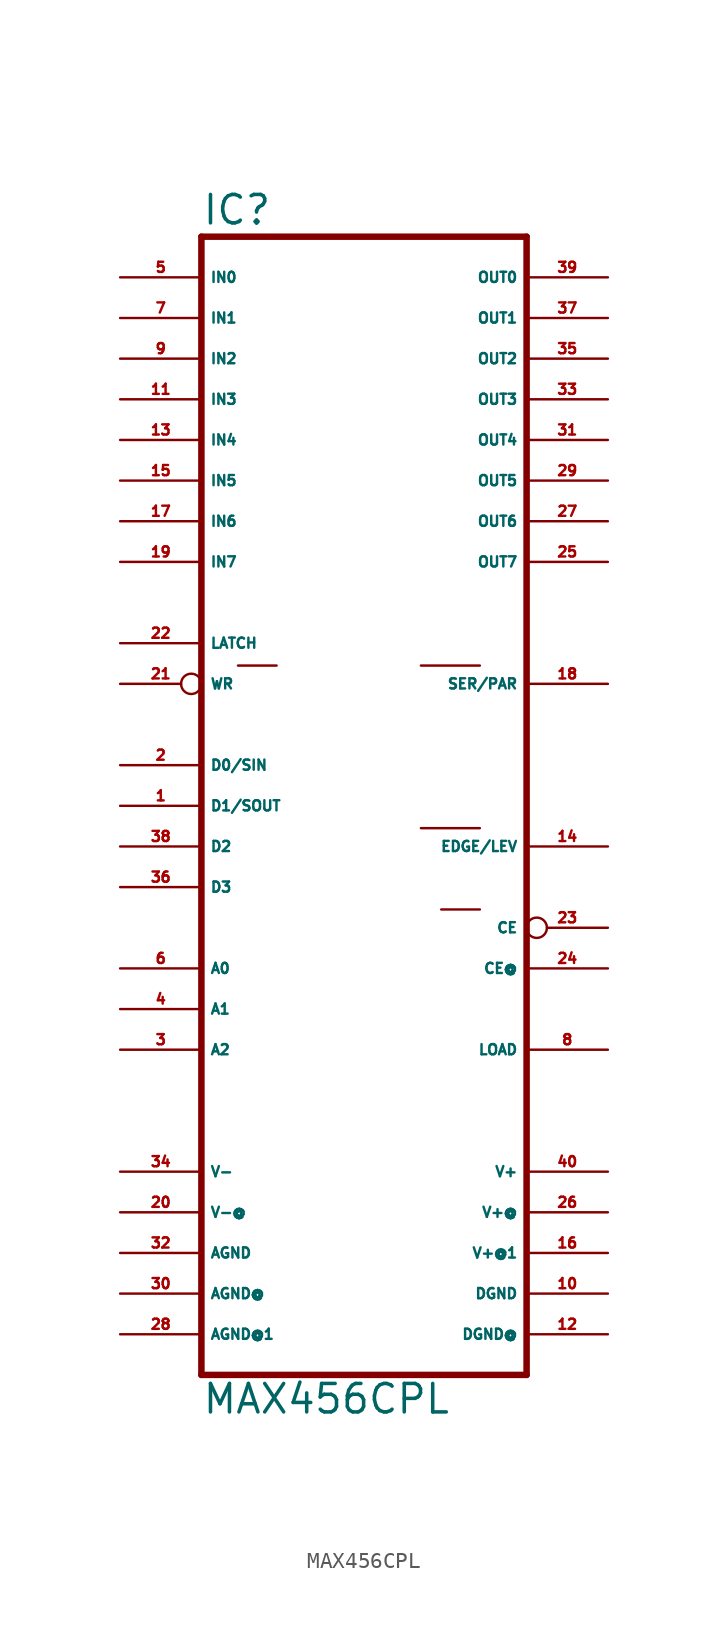
<source format=kicad_sym>
(kicad_symbol_lib
  (version 20220914)
  (generator Eagle2Kicad)
  (symbol "MAX456CPL"
    (property "Reference" "IC"
      (at -10.16 36.195 0)
      (effects (font (size 1.778 1.778) (thickness 0.22)) (justify left bottom)))
    (property "Value" "MAX456CPL"
      (at -10.16 -38.1 0)
      (effects (font (size 1.778 1.778) (thickness 0.22)) (justify left bottom)))
    (polyline
      (pts (xy 10.16 -35.56) (xy -10.16 -35.56))
      (stroke (width 0.406) (type default))
      (fill (type none)))
    (polyline
      (pts (xy -10.16 35.56) (xy -10.16 -35.56))
      (stroke (width 0.406) (type default))
      (fill (type none)))
    (polyline
      (pts (xy -10.16 35.56) (xy 10.16 35.56))
      (stroke (width 0.406) (type default))
      (fill (type none)))
    (polyline
      (pts (xy 10.16 -35.56) (xy 10.16 35.56))
      (stroke (width 0.406) (type default))
      (fill (type none)))
    (polyline
      (pts (xy 3.556 8.763) (xy 7.239 8.763))
      (stroke (width 0.152) (type default))
      (fill (type none)))
    (polyline
      (pts (xy -7.874 8.763) (xy -5.461 8.763))
      (stroke (width 0.152) (type default))
      (fill (type none)))
    (polyline
      (pts (xy 4.826 -6.477) (xy 7.239 -6.477))
      (stroke (width 0.152) (type default))
      (fill (type none)))
    (polyline
      (pts (xy 3.556 -1.397) (xy 7.239 -1.397))
      (stroke (width 0.152) (type default))
      (fill (type none)))
    (pin unspecified line
      (at -15.24 -30.48 0)
      (length 5.08)
      (name "AGND@" (effects (font (size 0.635 0.635) (thickness 0.08)) (justify left bottom)))
      (number "30" (effects (font (size 0.635 0.635) (thickness 0.08)) (justify left bottom))))
    (pin unspecified line
      (at 15.24 -22.86 180)
      (length 5.08)
      (name "V+" (effects (font (size 0.635 0.635) (thickness 0.08)) (justify left bottom)))
      (number "40" (effects (font (size 0.635 0.635) (thickness 0.08)) (justify left bottom))))
    (pin output line
      (at 15.24 33.02 180)
      (length 5.08)
      (name "OUT0" (effects (font (size 0.635 0.635) (thickness 0.08)) (justify left bottom)))
      (number "39" (effects (font (size 0.635 0.635) (thickness 0.08)) (justify left bottom))))
    (pin unspecified line
      (at -15.24 -27.94 0)
      (length 5.08)
      (name "AGND" (effects (font (size 0.635 0.635) (thickness 0.08)) (justify left bottom)))
      (number "32" (effects (font (size 0.635 0.635) (thickness 0.08)) (justify left bottom))))
    (pin input line
      (at -15.24 33.02 0)
      (length 5.08)
      (name "IN0" (effects (font (size 0.635 0.635) (thickness 0.08)) (justify left bottom)))
      (number "5" (effects (font (size 0.635 0.635) (thickness 0.08)) (justify left bottom))))
    (pin input line
      (at -15.24 22.86 0)
      (length 5.08)
      (name "IN4" (effects (font (size 0.635 0.635) (thickness 0.08)) (justify left bottom)))
      (number "13" (effects (font (size 0.635 0.635) (thickness 0.08)) (justify left bottom))))
    (pin input line
      (at -15.24 30.48 0)
      (length 5.08)
      (name "IN1" (effects (font (size 0.635 0.635) (thickness 0.08)) (justify left bottom)))
      (number "7" (effects (font (size 0.635 0.635) (thickness 0.08)) (justify left bottom))))
    (pin input line
      (at -15.24 27.94 0)
      (length 5.08)
      (name "IN2" (effects (font (size 0.635 0.635) (thickness 0.08)) (justify left bottom)))
      (number "9" (effects (font (size 0.635 0.635) (thickness 0.08)) (justify left bottom))))
    (pin input line
      (at -15.24 25.4 0)
      (length 5.08)
      (name "IN3" (effects (font (size 0.635 0.635) (thickness 0.08)) (justify left bottom)))
      (number "11" (effects (font (size 0.635 0.635) (thickness 0.08)) (justify left bottom))))
    (pin input line
      (at -15.24 20.32 0)
      (length 5.08)
      (name "IN5" (effects (font (size 0.635 0.635) (thickness 0.08)) (justify left bottom)))
      (number "15" (effects (font (size 0.635 0.635) (thickness 0.08)) (justify left bottom))))
    (pin input line
      (at -15.24 17.78 0)
      (length 5.08)
      (name "IN6" (effects (font (size 0.635 0.635) (thickness 0.08)) (justify left bottom)))
      (number "17" (effects (font (size 0.635 0.635) (thickness 0.08)) (justify left bottom))))
    (pin input line
      (at -15.24 15.24 0)
      (length 5.08)
      (name "IN7" (effects (font (size 0.635 0.635) (thickness 0.08)) (justify left bottom)))
      (number "19" (effects (font (size 0.635 0.635) (thickness 0.08)) (justify left bottom))))
    (pin input line
      (at 15.24 7.62 180)
      (length 5.08)
      (name "SER/PAR" (effects (font (size 0.635 0.635) (thickness 0.08)) (justify left bottom)))
      (number "18" (effects (font (size 0.635 0.635) (thickness 0.08)) (justify left bottom))))
    (pin unspecified line
      (at 15.24 -25.4 180)
      (length 5.08)
      (name "V+@" (effects (font (size 0.635 0.635) (thickness 0.08)) (justify left bottom)))
      (number "26" (effects (font (size 0.635 0.635) (thickness 0.08)) (justify left bottom))))
    (pin unspecified line
      (at 15.24 -27.94 180)
      (length 5.08)
      (name "V+@1" (effects (font (size 0.635 0.635) (thickness 0.08)) (justify left bottom)))
      (number "16" (effects (font (size 0.635 0.635) (thickness 0.08)) (justify left bottom))))
    (pin unspecified line
      (at -15.24 -33.02 0)
      (length 5.08)
      (name "AGND@1" (effects (font (size 0.635 0.635) (thickness 0.08)) (justify left bottom)))
      (number "28" (effects (font (size 0.635 0.635) (thickness 0.08)) (justify left bottom))))
    (pin unspecified line
      (at -15.24 -25.4 0)
      (length 5.08)
      (name "V-@" (effects (font (size 0.635 0.635) (thickness 0.08)) (justify left bottom)))
      (number "20" (effects (font (size 0.635 0.635) (thickness 0.08)) (justify left bottom))))
    (pin unspecified line
      (at -15.24 -22.86 0)
      (length 5.08)
      (name "V-" (effects (font (size 0.635 0.635) (thickness 0.08)) (justify left bottom)))
      (number "34" (effects (font (size 0.635 0.635) (thickness 0.08)) (justify left bottom))))
    (pin unspecified line
      (at 15.24 -30.48 180)
      (length 5.08)
      (name "DGND" (effects (font (size 0.635 0.635) (thickness 0.08)) (justify left bottom)))
      (number "10" (effects (font (size 0.635 0.635) (thickness 0.08)) (justify left bottom))))
    (pin input line
      (at -15.24 10.16 0)
      (length 5.08)
      (name "LATCH" (effects (font (size 0.635 0.635) (thickness 0.08)) (justify left bottom)))
      (number "22" (effects (font (size 0.635 0.635) (thickness 0.08)) (justify left bottom))))
    (pin unspecified line
      (at 15.24 -33.02 180)
      (length 5.08)
      (name "DGND@" (effects (font (size 0.635 0.635) (thickness 0.08)) (justify left bottom)))
      (number "12" (effects (font (size 0.635 0.635) (thickness 0.08)) (justify left bottom))))
    (pin input inverted
      (at -15.24 7.62 0)
      (length 5.08)
      (name "WR" (effects (font (size 0.635 0.635) (thickness 0.08)) (justify left bottom)))
      (number "21" (effects (font (size 0.635 0.635) (thickness 0.08)) (justify left bottom))))
    (pin input inverted
      (at 15.24 -7.62 180)
      (length 5.08)
      (name "CE" (effects (font (size 0.635 0.635) (thickness 0.08)) (justify left bottom)))
      (number "23" (effects (font (size 0.635 0.635) (thickness 0.08)) (justify left bottom))))
    (pin input line
      (at 15.24 -2.54 180)
      (length 5.08)
      (name "EDGE/LEV" (effects (font (size 0.635 0.635) (thickness 0.08)) (justify left bottom)))
      (number "14" (effects (font (size 0.635 0.635) (thickness 0.08)) (justify left bottom))))
    (pin input line
      (at 15.24 -10.16 180)
      (length 5.08)
      (name "CE@" (effects (font (size 0.635 0.635) (thickness 0.08)) (justify left bottom)))
      (number "24" (effects (font (size 0.635 0.635) (thickness 0.08)) (justify left bottom))))
    (pin output line
      (at 15.24 30.48 180)
      (length 5.08)
      (name "OUT1" (effects (font (size 0.635 0.635) (thickness 0.08)) (justify left bottom)))
      (number "37" (effects (font (size 0.635 0.635) (thickness 0.08)) (justify left bottom))))
    (pin output line
      (at 15.24 27.94 180)
      (length 5.08)
      (name "OUT2" (effects (font (size 0.635 0.635) (thickness 0.08)) (justify left bottom)))
      (number "35" (effects (font (size 0.635 0.635) (thickness 0.08)) (justify left bottom))))
    (pin output line
      (at 15.24 25.4 180)
      (length 5.08)
      (name "OUT3" (effects (font (size 0.635 0.635) (thickness 0.08)) (justify left bottom)))
      (number "33" (effects (font (size 0.635 0.635) (thickness 0.08)) (justify left bottom))))
    (pin output line
      (at 15.24 22.86 180)
      (length 5.08)
      (name "OUT4" (effects (font (size 0.635 0.635) (thickness 0.08)) (justify left bottom)))
      (number "31" (effects (font (size 0.635 0.635) (thickness 0.08)) (justify left bottom))))
    (pin output line
      (at 15.24 20.32 180)
      (length 5.08)
      (name "OUT5" (effects (font (size 0.635 0.635) (thickness 0.08)) (justify left bottom)))
      (number "29" (effects (font (size 0.635 0.635) (thickness 0.08)) (justify left bottom))))
    (pin output line
      (at 15.24 17.78 180)
      (length 5.08)
      (name "OUT6" (effects (font (size 0.635 0.635) (thickness 0.08)) (justify left bottom)))
      (number "27" (effects (font (size 0.635 0.635) (thickness 0.08)) (justify left bottom))))
    (pin output line
      (at 15.24 15.24 180)
      (length 5.08)
      (name "OUT7" (effects (font (size 0.635 0.635) (thickness 0.08)) (justify left bottom)))
      (number "25" (effects (font (size 0.635 0.635) (thickness 0.08)) (justify left bottom))))
    (pin input line
      (at 15.24 -15.24 180)
      (length 5.08)
      (name "LOAD" (effects (font (size 0.635 0.635) (thickness 0.08)) (justify left bottom)))
      (number "8" (effects (font (size 0.635 0.635) (thickness 0.08)) (justify left bottom))))
    (pin output line
      (at -15.24 -10.16 0)
      (length 5.08)
      (name "A0" (effects (font (size 0.635 0.635) (thickness 0.08)) (justify left bottom)))
      (number "6" (effects (font (size 0.635 0.635) (thickness 0.08)) (justify left bottom))))
    (pin input line
      (at -15.24 2.54 0)
      (length 5.08)
      (name "D0/SIN" (effects (font (size 0.635 0.635) (thickness 0.08)) (justify left bottom)))
      (number "2" (effects (font (size 0.635 0.635) (thickness 0.08)) (justify left bottom))))
    (pin input line
      (at -15.24 0 0)
      (length 5.08)
      (name "D1/SOUT" (effects (font (size 0.635 0.635) (thickness 0.08)) (justify left bottom)))
      (number "1" (effects (font (size 0.635 0.635) (thickness 0.08)) (justify left bottom))))
    (pin input line
      (at -15.24 -2.54 0)
      (length 5.08)
      (name "D2" (effects (font (size 0.635 0.635) (thickness 0.08)) (justify left bottom)))
      (number "38" (effects (font (size 0.635 0.635) (thickness 0.08)) (justify left bottom))))
    (pin input line
      (at -15.24 -5.08 0)
      (length 5.08)
      (name "D3" (effects (font (size 0.635 0.635) (thickness 0.08)) (justify left bottom)))
      (number "36" (effects (font (size 0.635 0.635) (thickness 0.08)) (justify left bottom))))
    (pin output line
      (at -15.24 -12.7 0)
      (length 5.08)
      (name "A1" (effects (font (size 0.635 0.635) (thickness 0.08)) (justify left bottom)))
      (number "4" (effects (font (size 0.635 0.635) (thickness 0.08)) (justify left bottom))))
    (pin output line
      (at -15.24 -15.24 0)
      (length 5.08)
      (name "A2" (effects (font (size 0.635 0.635) (thickness 0.08)) (justify left bottom)))
      (number "3" (effects (font (size 0.635 0.635) (thickness 0.08)) (justify left bottom))))))
</source>
